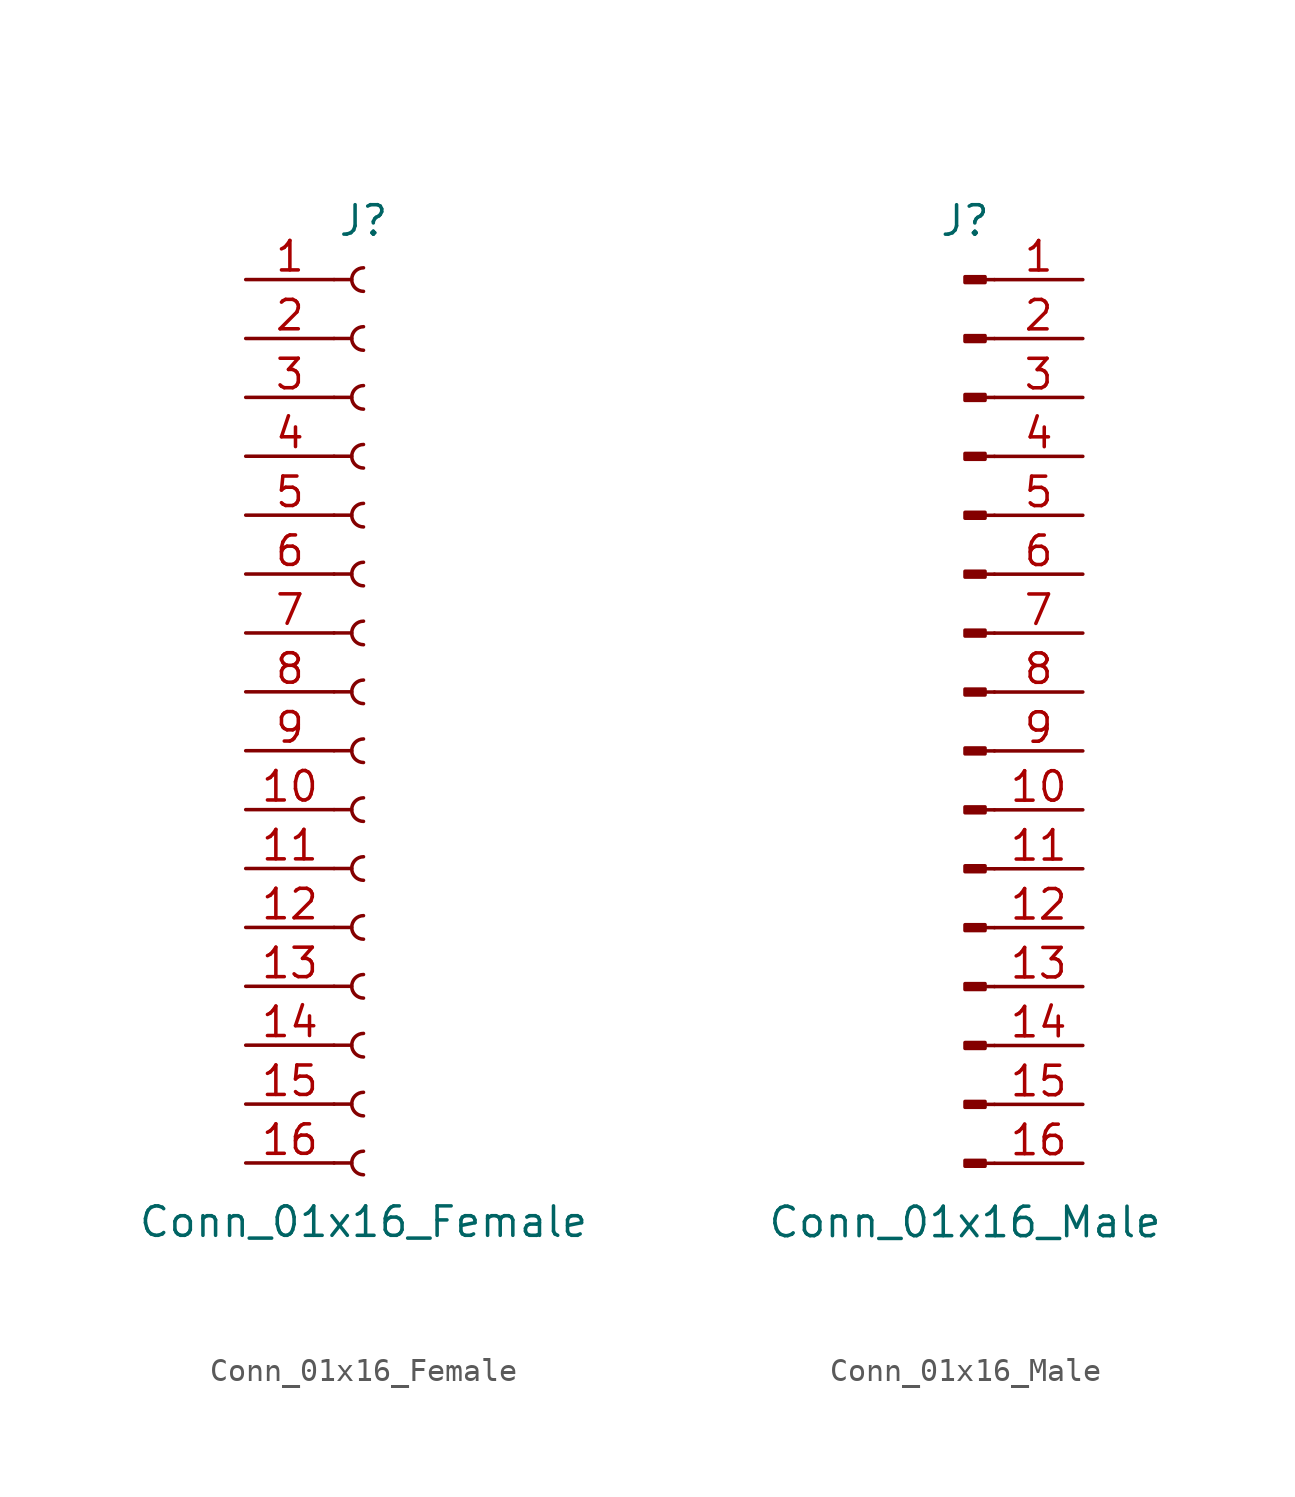
<source format=kicad_sym>
(kicad_symbol_lib
  (version 20220914)
  (generator kicad_symbol_editor)
  (symbol "Conn_01x16_Female"
    (pin_names
      (offset 1.016) hide)
    (property "Reference" "J"
      (at 0 20.32 0)
      (effects (font (size 1.27 1.27))))
    (property "Value" "Conn_01x16_Female"
      (at 0 -22.86 0)
      (effects (font (size 1.27 1.27))))
    (symbol "Conn_01x16_Female_1_1"
      (arc (start 0 -19.812) (mid -0.5058 -20.32) (end 0 -20.828) (stroke (width 0.1524) (type solid)) (fill (type none)))
      (arc (start 0 -17.272) (mid -0.5058 -17.78) (end 0 -18.288) (stroke (width 0.1524) (type solid)) (fill (type none)))
      (arc (start 0 -14.732) (mid -0.5058 -15.24) (end 0 -15.748) (stroke (width 0.1524) (type solid)) (fill (type none)))
      (arc (start 0 -12.192) (mid -0.5058 -12.7) (end 0 -13.208) (stroke (width 0.1524) (type solid)) (fill (type none)))
      (arc (start 0 -9.652) (mid -0.5058 -10.16) (end 0 -10.668) (stroke (width 0.1524) (type solid)) (fill (type none)))
      (arc (start 0 -7.112) (mid -0.5058 -7.62) (end 0 -8.128) (stroke (width 0.1524) (type solid)) (fill (type none)))
      (arc (start 0 -4.572) (mid -0.5058 -5.08) (end 0 -5.588) (stroke (width 0.1524) (type solid)) (fill (type none)))
      (arc (start 0 -2.032) (mid -0.5058 -2.54) (end 0 -3.048) (stroke (width 0.1524) (type solid)) (fill (type none)))
      (polyline (pts (xy -1.27 -20.32) (xy -0.508 -20.32)) (stroke (width 0.152) (type solid)) (fill (type none)))
      (polyline (pts (xy -1.27 -17.78) (xy -0.508 -17.78)) (stroke (width 0.152) (type solid)) (fill (type none)))
      (polyline (pts (xy -1.27 -15.24) (xy -0.508 -15.24)) (stroke (width 0.152) (type solid)) (fill (type none)))
      (polyline (pts (xy -1.27 -12.7) (xy -0.508 -12.7)) (stroke (width 0.152) (type solid)) (fill (type none)))
      (polyline (pts (xy -1.27 -10.16) (xy -0.508 -10.16)) (stroke (width 0.152) (type solid)) (fill (type none)))
      (polyline (pts (xy -1.27 -7.62) (xy -0.508 -7.62)) (stroke (width 0.152) (type solid)) (fill (type none)))
      (polyline (pts (xy -1.27 -5.08) (xy -0.508 -5.08)) (stroke (width 0.152) (type solid)) (fill (type none)))
      (polyline (pts (xy -1.27 -2.54) (xy -0.508 -2.54)) (stroke (width 0.152) (type solid)) (fill (type none)))
      (polyline (pts (xy -1.27 0) (xy -0.508 0)) (stroke (width 0.152) (type solid)) (fill (type none)))
      (polyline (pts (xy -1.27 2.54) (xy -0.508 2.54)) (stroke (width 0.152) (type solid)) (fill (type none)))
      (polyline (pts (xy -1.27 5.08) (xy -0.508 5.08)) (stroke (width 0.152) (type solid)) (fill (type none)))
      (polyline (pts (xy -1.27 7.62) (xy -0.508 7.62)) (stroke (width 0.152) (type solid)) (fill (type none)))
      (polyline (pts (xy -1.27 10.16) (xy -0.508 10.16)) (stroke (width 0.152) (type solid)) (fill (type none)))
      (polyline (pts (xy -1.27 12.7) (xy -0.508 12.7)) (stroke (width 0.152) (type solid)) (fill (type none)))
      (polyline (pts (xy -1.27 15.24) (xy -0.508 15.24)) (stroke (width 0.152) (type solid)) (fill (type none)))
      (polyline (pts (xy -1.27 17.78) (xy -0.508 17.78)) (stroke (width 0.152) (type solid)) (fill (type none)))
      (arc (start 0 0.508) (mid -0.5058 0) (end 0 -0.508) (stroke (width 0.1524) (type solid)) (fill (type none)))
      (arc (start 0 3.048) (mid -0.5058 2.54) (end 0 2.032) (stroke (width 0.1524) (type solid)) (fill (type none)))
      (arc (start 0 5.588) (mid -0.5058 5.08) (end 0 4.572) (stroke (width 0.1524) (type solid)) (fill (type none)))
      (arc (start 0 8.128) (mid -0.5058 7.62) (end 0 7.112) (stroke (width 0.1524) (type solid)) (fill (type none)))
      (arc (start 0 10.668) (mid -0.5058 10.16) (end 0 9.652) (stroke (width 0.1524) (type solid)) (fill (type none)))
      (arc (start 0 13.208) (mid -0.5058 12.7) (end 0 12.192) (stroke (width 0.1524) (type solid)) (fill (type none)))
      (arc (start 0 15.748) (mid -0.5058 15.24) (end 0 14.732) (stroke (width 0.1524) (type solid)) (fill (type none)))
      (arc (start 0 18.288) (mid -0.5058 17.78) (end 0 17.272) (stroke (width 0.1524) (type solid)) (fill (type none)))
      (pin passive line (at -5.08 17.78 0) (length 3.81) (name "Pin_1" (effects (font (size 1.27 1.27)))) (number "1" (effects (font (size 1.27 1.27)))))
      (pin passive line (at -5.08 -5.08 0) (length 3.81) (name "Pin_10" (effects (font (size 1.27 1.27)))) (number "10" (effects (font (size 1.27 1.27)))))
      (pin passive line (at -5.08 -7.62 0) (length 3.81) (name "Pin_11" (effects (font (size 1.27 1.27)))) (number "11" (effects (font (size 1.27 1.27)))))
      (pin passive line (at -5.08 -10.16 0) (length 3.81) (name "Pin_12" (effects (font (size 1.27 1.27)))) (number "12" (effects (font (size 1.27 1.27)))))
      (pin passive line (at -5.08 -12.7 0) (length 3.81) (name "Pin_13" (effects (font (size 1.27 1.27)))) (number "13" (effects (font (size 1.27 1.27)))))
      (pin passive line (at -5.08 -15.24 0) (length 3.81) (name "Pin_14" (effects (font (size 1.27 1.27)))) (number "14" (effects (font (size 1.27 1.27)))))
      (pin passive line (at -5.08 -17.78 0) (length 3.81) (name "Pin_15" (effects (font (size 1.27 1.27)))) (number "15" (effects (font (size 1.27 1.27)))))
      (pin passive line (at -5.08 -20.32 0) (length 3.81) (name "Pin_16" (effects (font (size 1.27 1.27)))) (number "16" (effects (font (size 1.27 1.27)))))
      (pin passive line (at -5.08 15.24 0) (length 3.81) (name "Pin_2" (effects (font (size 1.27 1.27)))) (number "2" (effects (font (size 1.27 1.27)))))
      (pin passive line (at -5.08 12.7 0) (length 3.81) (name "Pin_3" (effects (font (size 1.27 1.27)))) (number "3" (effects (font (size 1.27 1.27)))))
      (pin passive line (at -5.08 10.16 0) (length 3.81) (name "Pin_4" (effects (font (size 1.27 1.27)))) (number "4" (effects (font (size 1.27 1.27)))))
      (pin passive line (at -5.08 7.62 0) (length 3.81) (name "Pin_5" (effects (font (size 1.27 1.27)))) (number "5" (effects (font (size 1.27 1.27)))))
      (pin passive line (at -5.08 5.08 0) (length 3.81) (name "Pin_6" (effects (font (size 1.27 1.27)))) (number "6" (effects (font (size 1.27 1.27)))))
      (pin passive line (at -5.08 2.54 0) (length 3.81) (name "Pin_7" (effects (font (size 1.27 1.27)))) (number "7" (effects (font (size 1.27 1.27)))))
      (pin passive line (at -5.08 0 0) (length 3.81) (name "Pin_8" (effects (font (size 1.27 1.27)))) (number "8" (effects (font (size 1.27 1.27)))))
      (pin passive line (at -5.08 -2.54 0) (length 3.81) (name "Pin_9" (effects (font (size 1.27 1.27)))) (number "9" (effects (font (size 1.27 1.27)))))))
  (symbol "Conn_01x16_Male"
    (pin_names
      (offset 1.016) hide)
    (property "Reference" "J"
      (at 0 20.32 0)
      (effects (font (size 1.27 1.27))))
    (property "Value" "Conn_01x16_Male"
      (at 0 -22.86 0)
      (effects (font (size 1.27 1.27))))
    (symbol "Conn_01x16_Male_1_1"
      (polyline (pts (xy 1.27 -20.32) (xy 0.864 -20.32)) (stroke (width 0.152) (type solid)) (fill (type none)))
      (polyline (pts (xy 1.27 -17.78) (xy 0.864 -17.78)) (stroke (width 0.152) (type solid)) (fill (type none)))
      (polyline (pts (xy 1.27 -15.24) (xy 0.864 -15.24)) (stroke (width 0.152) (type solid)) (fill (type none)))
      (polyline (pts (xy 1.27 -12.7) (xy 0.864 -12.7)) (stroke (width 0.152) (type solid)) (fill (type none)))
      (polyline (pts (xy 1.27 -10.16) (xy 0.864 -10.16)) (stroke (width 0.152) (type solid)) (fill (type none)))
      (polyline (pts (xy 1.27 -7.62) (xy 0.864 -7.62)) (stroke (width 0.152) (type solid)) (fill (type none)))
      (polyline (pts (xy 1.27 -5.08) (xy 0.864 -5.08)) (stroke (width 0.152) (type solid)) (fill (type none)))
      (polyline (pts (xy 1.27 -2.54) (xy 0.864 -2.54)) (stroke (width 0.152) (type solid)) (fill (type none)))
      (polyline (pts (xy 1.27 0) (xy 0.864 0)) (stroke (width 0.152) (type solid)) (fill (type none)))
      (polyline (pts (xy 1.27 2.54) (xy 0.864 2.54)) (stroke (width 0.152) (type solid)) (fill (type none)))
      (polyline (pts (xy 1.27 5.08) (xy 0.864 5.08)) (stroke (width 0.152) (type solid)) (fill (type none)))
      (polyline (pts (xy 1.27 7.62) (xy 0.864 7.62)) (stroke (width 0.152) (type solid)) (fill (type none)))
      (polyline (pts (xy 1.27 10.16) (xy 0.864 10.16)) (stroke (width 0.152) (type solid)) (fill (type none)))
      (polyline (pts (xy 1.27 12.7) (xy 0.864 12.7)) (stroke (width 0.152) (type solid)) (fill (type none)))
      (polyline (pts (xy 1.27 15.24) (xy 0.864 15.24)) (stroke (width 0.152) (type solid)) (fill (type none)))
      (polyline (pts (xy 1.27 17.78) (xy 0.864 17.78)) (stroke (width 0.152) (type solid)) (fill (type none)))
      (rectangle (start 0.864 -20.193) (end 0 -20.447) (stroke (width 0.152) (type solid)) (fill (type outline)))
      (rectangle (start 0.864 -17.653) (end 0 -17.907) (stroke (width 0.152) (type solid)) (fill (type outline)))
      (rectangle (start 0.864 -15.113) (end 0 -15.367) (stroke (width 0.152) (type solid)) (fill (type outline)))
      (rectangle (start 0.864 -12.573) (end 0 -12.827) (stroke (width 0.152) (type solid)) (fill (type outline)))
      (rectangle (start 0.864 -10.033) (end 0 -10.287) (stroke (width 0.152) (type solid)) (fill (type outline)))
      (rectangle (start 0.864 -7.493) (end 0 -7.747) (stroke (width 0.152) (type solid)) (fill (type outline)))
      (rectangle (start 0.864 -4.953) (end 0 -5.207) (stroke (width 0.152) (type solid)) (fill (type outline)))
      (rectangle (start 0.864 -2.413) (end 0 -2.667) (stroke (width 0.152) (type solid)) (fill (type outline)))
      (rectangle (start 0.864 0.127) (end 0 -0.127) (stroke (width 0.152) (type solid)) (fill (type outline)))
      (rectangle (start 0.864 2.667) (end 0 2.413) (stroke (width 0.152) (type solid)) (fill (type outline)))
      (rectangle (start 0.864 5.207) (end 0 4.953) (stroke (width 0.152) (type solid)) (fill (type outline)))
      (rectangle (start 0.864 7.747) (end 0 7.493) (stroke (width 0.152) (type solid)) (fill (type outline)))
      (rectangle (start 0.864 10.287) (end 0 10.033) (stroke (width 0.152) (type solid)) (fill (type outline)))
      (rectangle (start 0.864 12.827) (end 0 12.573) (stroke (width 0.152) (type solid)) (fill (type outline)))
      (rectangle (start 0.864 15.367) (end 0 15.113) (stroke (width 0.152) (type solid)) (fill (type outline)))
      (rectangle (start 0.864 17.907) (end 0 17.653) (stroke (width 0.152) (type solid)) (fill (type outline)))
      (pin passive line (at 5.08 17.78 180) (length 3.81) (name "Pin_1" (effects (font (size 1.27 1.27)))) (number "1" (effects (font (size 1.27 1.27)))))
      (pin passive line (at 5.08 -5.08 180) (length 3.81) (name "Pin_10" (effects (font (size 1.27 1.27)))) (number "10" (effects (font (size 1.27 1.27)))))
      (pin passive line (at 5.08 -7.62 180) (length 3.81) (name "Pin_11" (effects (font (size 1.27 1.27)))) (number "11" (effects (font (size 1.27 1.27)))))
      (pin passive line (at 5.08 -10.16 180) (length 3.81) (name "Pin_12" (effects (font (size 1.27 1.27)))) (number "12" (effects (font (size 1.27 1.27)))))
      (pin passive line (at 5.08 -12.7 180) (length 3.81) (name "Pin_13" (effects (font (size 1.27 1.27)))) (number "13" (effects (font (size 1.27 1.27)))))
      (pin passive line (at 5.08 -15.24 180) (length 3.81) (name "Pin_14" (effects (font (size 1.27 1.27)))) (number "14" (effects (font (size 1.27 1.27)))))
      (pin passive line (at 5.08 -17.78 180) (length 3.81) (name "Pin_15" (effects (font (size 1.27 1.27)))) (number "15" (effects (font (size 1.27 1.27)))))
      (pin passive line (at 5.08 -20.32 180) (length 3.81) (name "Pin_16" (effects (font (size 1.27 1.27)))) (number "16" (effects (font (size 1.27 1.27)))))
      (pin passive line (at 5.08 15.24 180) (length 3.81) (name "Pin_2" (effects (font (size 1.27 1.27)))) (number "2" (effects (font (size 1.27 1.27)))))
      (pin passive line (at 5.08 12.7 180) (length 3.81) (name "Pin_3" (effects (font (size 1.27 1.27)))) (number "3" (effects (font (size 1.27 1.27)))))
      (pin passive line (at 5.08 10.16 180) (length 3.81) (name "Pin_4" (effects (font (size 1.27 1.27)))) (number "4" (effects (font (size 1.27 1.27)))))
      (pin passive line (at 5.08 7.62 180) (length 3.81) (name "Pin_5" (effects (font (size 1.27 1.27)))) (number "5" (effects (font (size 1.27 1.27)))))
      (pin passive line (at 5.08 5.08 180) (length 3.81) (name "Pin_6" (effects (font (size 1.27 1.27)))) (number "6" (effects (font (size 1.27 1.27)))))
      (pin passive line (at 5.08 2.54 180) (length 3.81) (name "Pin_7" (effects (font (size 1.27 1.27)))) (number "7" (effects (font (size 1.27 1.27)))))
      (pin passive line (at 5.08 0 180) (length 3.81) (name "Pin_8" (effects (font (size 1.27 1.27)))) (number "8" (effects (font (size 1.27 1.27)))))
      (pin passive line (at 5.08 -2.54 180) (length 3.81) (name "Pin_9" (effects (font (size 1.27 1.27)))) (number "9" (effects (font (size 1.27 1.27))))))))
</source>
